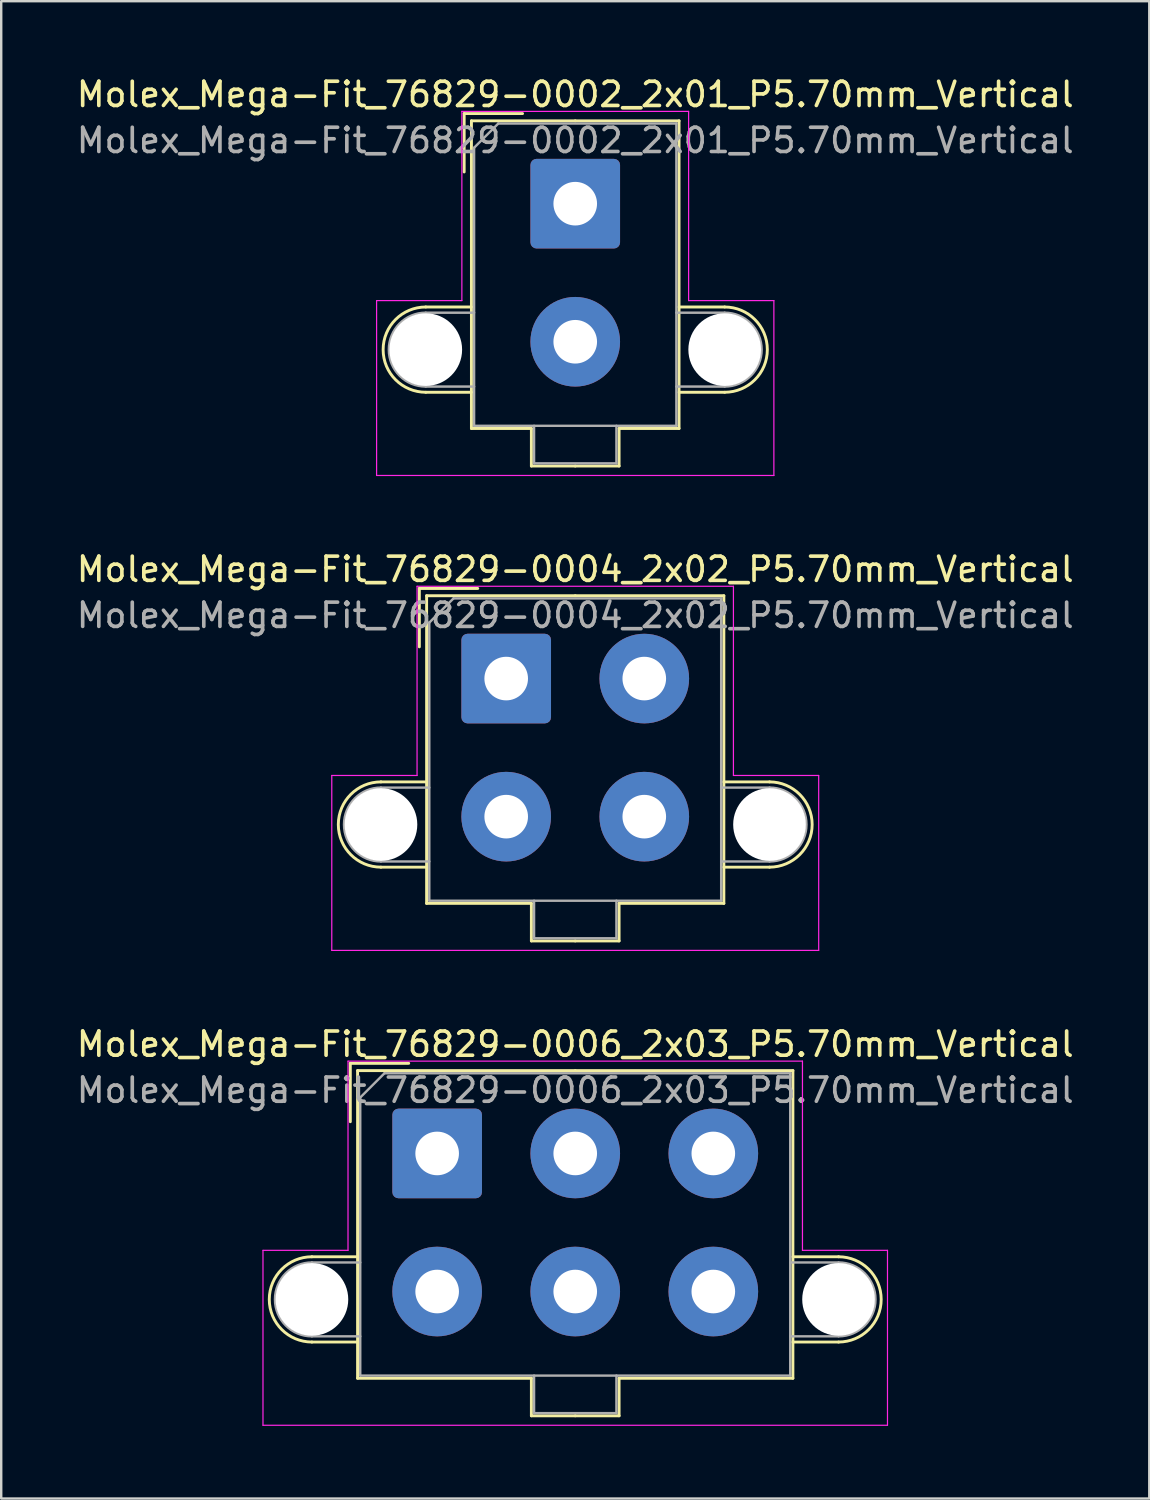
<source format=kicad_pcb>
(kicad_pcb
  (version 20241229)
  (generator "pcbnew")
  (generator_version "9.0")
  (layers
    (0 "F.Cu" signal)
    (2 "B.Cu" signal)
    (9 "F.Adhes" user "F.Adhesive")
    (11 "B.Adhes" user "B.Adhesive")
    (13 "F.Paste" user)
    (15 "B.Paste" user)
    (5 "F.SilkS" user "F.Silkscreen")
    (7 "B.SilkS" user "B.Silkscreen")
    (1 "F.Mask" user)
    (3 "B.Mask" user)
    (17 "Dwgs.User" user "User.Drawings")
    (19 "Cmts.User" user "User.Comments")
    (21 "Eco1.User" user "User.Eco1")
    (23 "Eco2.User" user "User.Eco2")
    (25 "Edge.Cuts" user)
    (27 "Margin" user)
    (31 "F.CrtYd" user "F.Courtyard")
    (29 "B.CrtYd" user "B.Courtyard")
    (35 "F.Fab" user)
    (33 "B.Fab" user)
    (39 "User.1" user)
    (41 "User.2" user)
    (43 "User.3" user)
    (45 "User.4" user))
  (footprint "Molex_Mega-Fit_76829-0002_2x01_P5.70mm_Vertical"
    (layer "F.Cu")
    (at 20.696 5.358)
    (property "Reference" "Molex_Mega-Fit_76829-0002_2x01_P5.70mm_Vertical" (at 0 -4.51 0) (layer "F.SilkS") (effects (font (size 1 1) (thickness 0.15))))
    (attr through_hole)
    (fp_line (start -6.17 4.265) (end -4.285 4.265) (stroke (width 0.12) (type solid)) (layer "F.SilkS"))
    (fp_line (start -6.17 7.785) (end -4.285 7.785) (stroke (width 0.12) (type solid)) (layer "F.SilkS"))
    (fp_line (start -4.585 -3.72) (end -2.175 -3.72) (stroke (width 0.12) (type solid)) (layer "F.SilkS"))
    (fp_line (start -4.585 -1.31) (end -4.585 -3.72) (stroke (width 0.12) (type solid)) (layer "F.SilkS"))
    (fp_line (start -4.285 -3.42) (end -4.285 9.28) (stroke (width 0.12) (type solid)) (layer "F.SilkS"))
    (fp_line (start -4.285 9.28) (end -1.81 9.28) (stroke (width 0.12) (type solid)) (layer "F.SilkS"))
    (fp_line (start -1.81 9.28) (end -1.81 10.83) (stroke (width 0.12) (type solid)) (layer "F.SilkS"))
    (fp_line (start -1.81 10.83) (end 0 10.83) (stroke (width 0.12) (type solid)) (layer "F.SilkS"))
    (fp_line (start 0 -3.42) (end -4.285 -3.42) (stroke (width 0.12) (type solid)) (layer "F.SilkS"))
    (fp_line (start 0 -3.42) (end 4.285 -3.42) (stroke (width 0.12) (type solid)) (layer "F.SilkS"))
    (fp_line (start 1.81 9.28) (end 1.81 10.83) (stroke (width 0.12) (type solid)) (layer "F.SilkS"))
    (fp_line (start 1.81 10.83) (end 0 10.83) (stroke (width 0.12) (type solid)) (layer "F.SilkS"))
    (fp_line (start 4.285 -3.42) (end 4.285 9.28) (stroke (width 0.12) (type solid)) (layer "F.SilkS"))
    (fp_line (start 4.285 9.28) (end 1.81 9.28) (stroke (width 0.12) (type solid)) (layer "F.SilkS"))
    (fp_line (start 6.17 4.265) (end 4.285 4.265) (stroke (width 0.12) (type solid)) (layer "F.SilkS"))
    (fp_line (start 6.17 7.785) (end 4.285 7.785) (stroke (width 0.12) (type solid)) (layer "F.SilkS"))
    (fp_arc (start -6.17 7.785) (mid -7.93 6.025) (end -6.17 4.265) (stroke (width 0.12) (type solid)) (layer "F.SilkS"))
    (fp_arc (start 6.17 4.265) (mid 7.93 6.025) (end 6.17 7.785) (stroke (width 0.12) (type solid)) (layer "F.SilkS"))
    (fp_line (start -8.2 4) (end -8.2 11.22) (stroke (width 0.05) (type solid)) (layer "F.CrtYd"))
    (fp_line (start -8.2 11.22) (end 8.2 11.22) (stroke (width 0.05) (type solid)) (layer "F.CrtYd"))
    (fp_line (start -4.68 -3.81) (end -4.68 4) (stroke (width 0.05) (type solid)) (layer "F.CrtYd"))
    (fp_line (start -4.68 4) (end -8.2 4) (stroke (width 0.05) (type solid)) (layer "F.CrtYd"))
    (fp_line (start 4.68 -3.81) (end -4.68 -3.81) (stroke (width 0.05) (type solid)) (layer "F.CrtYd"))
    (fp_line (start 4.68 4) (end 4.68 -3.81) (stroke (width 0.05) (type solid)) (layer "F.CrtYd"))
    (fp_line (start 8.2 4) (end 4.68 4) (stroke (width 0.05) (type solid)) (layer "F.CrtYd"))
    (fp_line (start 8.2 11.22) (end 8.2 4) (stroke (width 0.05) (type solid)) (layer "F.CrtYd"))
    (fp_line (start -6.17 4.5) (end -4.175 4.5) (stroke (width 0.1) (type solid)) (layer "F.Fab"))
    (fp_line (start -6.17 7.55) (end -4.175 7.55) (stroke (width 0.1) (type solid)) (layer "F.Fab"))
    (fp_line (start -4.175 -2.31) (end -4.175 9.17) (stroke (width 0.1) (type solid)) (layer "F.Fab"))
    (fp_line (start -4.175 9.17) (end 4.175 9.17) (stroke (width 0.1) (type solid)) (layer "F.Fab"))
    (fp_line (start -3.175 -3.31) (end -4.175 -2.31) (stroke (width 0.1) (type solid)) (layer "F.Fab"))
    (fp_line (start -1.7 9.17) (end -1.7 10.72) (stroke (width 0.1) (type solid)) (layer "F.Fab"))
    (fp_line (start -1.7 10.72) (end 1.7 10.72) (stroke (width 0.1) (type solid)) (layer "F.Fab"))
    (fp_line (start 1.7 10.72) (end 1.7 9.17) (stroke (width 0.1) (type solid)) (layer "F.Fab"))
    (fp_line (start 4.175 -3.31) (end -3.175 -3.31) (stroke (width 0.1) (type solid)) (layer "F.Fab"))
    (fp_line (start 4.175 9.17) (end 4.175 -3.31) (stroke (width 0.1) (type solid)) (layer "F.Fab"))
    (fp_line (start 6.17 4.5) (end 4.175 4.5) (stroke (width 0.1) (type solid)) (layer "F.Fab"))
    (fp_line (start 6.17 7.55) (end 4.175 7.55) (stroke (width 0.1) (type solid)) (layer "F.Fab"))
    (fp_arc (start -6.17 7.55) (mid -7.695 6.025) (end -6.17 4.5) (stroke (width 0.1) (type solid)) (layer "F.Fab"))
    (fp_arc (start 6.17 4.5) (mid 7.695 6.025) (end 6.17 7.55) (stroke (width 0.1) (type solid)) (layer "F.Fab"))
    (fp_text user "${REFERENCE}" (at 0 -2.61 0) (layer "F.Fab") (effects (font (size 1 1) (thickness 0.15))))
    (pad "" np_thru_hole circle (at -6.17 6.025) (size 3 3) (drill 3) (layers "*.Cu" "*.Mask"))
    (pad "" np_thru_hole circle (at 6.17 6.025) (size 3 3) (drill 3) (layers "*.Cu" "*.Mask"))
    (pad "1" thru_hole roundrect (at 0 0) (size 3.7 3.7) (drill 1.8) (layers "*.Cu" "*.Mask") (roundrect_rratio 0.068))
    (pad "2" thru_hole circle (at 0 5.7) (size 3.7 3.7) (drill 1.8) (layers "*.Cu" "*.Mask")))
  (footprint "Molex_Mega-Fit_76829-0006_2x03_P5.70mm_Vertical"
    (layer "F.Cu")
    (at 14.996 44.565)
    (property "Reference" "Molex_Mega-Fit_76829-0006_2x03_P5.70mm_Vertical" (at 5.7 -4.51 0) (layer "F.SilkS") (effects (font (size 1 1) (thickness 0.15))))
    (attr through_hole)
    (fp_line (start -5.17 4.265) (end -3.285 4.265) (stroke (width 0.12) (type solid)) (layer "F.SilkS"))
    (fp_line (start -5.17 7.785) (end -3.285 7.785) (stroke (width 0.12) (type solid)) (layer "F.SilkS"))
    (fp_line (start -3.585 -3.72) (end -1.175 -3.72) (stroke (width 0.12) (type solid)) (layer "F.SilkS"))
    (fp_line (start -3.585 -1.31) (end -3.585 -3.72) (stroke (width 0.12) (type solid)) (layer "F.SilkS"))
    (fp_line (start -3.285 -3.42) (end -3.285 9.28) (stroke (width 0.12) (type solid)) (layer "F.SilkS"))
    (fp_line (start -3.285 9.28) (end 3.89 9.28) (stroke (width 0.12) (type solid)) (layer "F.SilkS"))
    (fp_line (start 3.89 9.28) (end 3.89 10.83) (stroke (width 0.12) (type solid)) (layer "F.SilkS"))
    (fp_line (start 3.89 10.83) (end 5.7 10.83) (stroke (width 0.12) (type solid)) (layer "F.SilkS"))
    (fp_line (start 5.7 -3.42) (end -3.285 -3.42) (stroke (width 0.12) (type solid)) (layer "F.SilkS"))
    (fp_line (start 5.7 -3.42) (end 14.685 -3.42) (stroke (width 0.12) (type solid)) (layer "F.SilkS"))
    (fp_line (start 7.51 9.28) (end 7.51 10.83) (stroke (width 0.12) (type solid)) (layer "F.SilkS"))
    (fp_line (start 7.51 10.83) (end 5.7 10.83) (stroke (width 0.12) (type solid)) (layer "F.SilkS"))
    (fp_line (start 14.685 -3.42) (end 14.685 9.28) (stroke (width 0.12) (type solid)) (layer "F.SilkS"))
    (fp_line (start 14.685 9.28) (end 7.51 9.28) (stroke (width 0.12) (type solid)) (layer "F.SilkS"))
    (fp_line (start 16.57 4.265) (end 14.685 4.265) (stroke (width 0.12) (type solid)) (layer "F.SilkS"))
    (fp_line (start 16.57 7.785) (end 14.685 7.785) (stroke (width 0.12) (type solid)) (layer "F.SilkS"))
    (fp_arc (start -5.17 7.785) (mid -6.93 6.025) (end -5.17 4.265) (stroke (width 0.12) (type solid)) (layer "F.SilkS"))
    (fp_arc (start 16.57 4.265) (mid 18.33 6.025) (end 16.57 7.785) (stroke (width 0.12) (type solid)) (layer "F.SilkS"))
    (fp_line (start -7.19 4) (end -7.19 11.22) (stroke (width 0.05) (type solid)) (layer "F.CrtYd"))
    (fp_line (start -7.19 11.22) (end 18.59 11.22) (stroke (width 0.05) (type solid)) (layer "F.CrtYd"))
    (fp_line (start -3.68 -3.81) (end -3.68 4) (stroke (width 0.05) (type solid)) (layer "F.CrtYd"))
    (fp_line (start -3.68 4) (end -7.19 4) (stroke (width 0.05) (type solid)) (layer "F.CrtYd"))
    (fp_line (start 15.08 -3.81) (end -3.68 -3.81) (stroke (width 0.05) (type solid)) (layer "F.CrtYd"))
    (fp_line (start 15.08 4) (end 15.08 -3.81) (stroke (width 0.05) (type solid)) (layer "F.CrtYd"))
    (fp_line (start 18.59 4) (end 15.08 4) (stroke (width 0.05) (type solid)) (layer "F.CrtYd"))
    (fp_line (start 18.59 11.22) (end 18.59 4) (stroke (width 0.05) (type solid)) (layer "F.CrtYd"))
    (fp_line (start -5.17 4.5) (end -3.175 4.5) (stroke (width 0.1) (type solid)) (layer "F.Fab"))
    (fp_line (start -5.17 7.55) (end -3.175 7.55) (stroke (width 0.1) (type solid)) (layer "F.Fab"))
    (fp_line (start -3.175 -2.31) (end -3.175 9.17) (stroke (width 0.1) (type solid)) (layer "F.Fab"))
    (fp_line (start -3.175 9.17) (end 14.575 9.17) (stroke (width 0.1) (type solid)) (layer "F.Fab"))
    (fp_line (start -2.175 -3.31) (end -3.175 -2.31) (stroke (width 0.1) (type solid)) (layer "F.Fab"))
    (fp_line (start 4 9.17) (end 4 10.72) (stroke (width 0.1) (type solid)) (layer "F.Fab"))
    (fp_line (start 4 10.72) (end 7.4 10.72) (stroke (width 0.1) (type solid)) (layer "F.Fab"))
    (fp_line (start 7.4 10.72) (end 7.4 9.17) (stroke (width 0.1) (type solid)) (layer "F.Fab"))
    (fp_line (start 14.575 -3.31) (end -2.175 -3.31) (stroke (width 0.1) (type solid)) (layer "F.Fab"))
    (fp_line (start 14.575 9.17) (end 14.575 -3.31) (stroke (width 0.1) (type solid)) (layer "F.Fab"))
    (fp_line (start 16.57 4.5) (end 14.575 4.5) (stroke (width 0.1) (type solid)) (layer "F.Fab"))
    (fp_line (start 16.57 7.55) (end 14.575 7.55) (stroke (width 0.1) (type solid)) (layer "F.Fab"))
    (fp_arc (start -5.17 7.55) (mid -6.695 6.025) (end -5.17 4.5) (stroke (width 0.1) (type solid)) (layer "F.Fab"))
    (fp_arc (start 16.57 4.5) (mid 18.095 6.025) (end 16.57 7.55) (stroke (width 0.1) (type solid)) (layer "F.Fab"))
    (fp_text user "${REFERENCE}" (at 5.7 -2.61 0) (layer "F.Fab") (effects (font (size 1 1) (thickness 0.15))))
    (pad "" np_thru_hole circle (at -5.17 6.025) (size 3 3) (drill 3) (layers "*.Cu" "*.Mask"))
    (pad "" np_thru_hole circle (at 16.57 6.025) (size 3 3) (drill 3) (layers "*.Cu" "*.Mask"))
    (pad "1" thru_hole roundrect (at 0 0) (size 3.7 3.7) (drill 1.8) (layers "*.Cu" "*.Mask") (roundrect_rratio 0.068))
    (pad "2" thru_hole circle (at 5.7 0) (size 3.7 3.7) (drill 1.8) (layers "*.Cu" "*.Mask"))
    (pad "3" thru_hole circle (at 11.4 0) (size 3.7 3.7) (drill 1.8) (layers "*.Cu" "*.Mask"))
    (pad "4" thru_hole circle (at 0 5.7) (size 3.7 3.7) (drill 1.8) (layers "*.Cu" "*.Mask"))
    (pad "5" thru_hole circle (at 5.7 5.7) (size 3.7 3.7) (drill 1.8) (layers "*.Cu" "*.Mask"))
    (pad "6" thru_hole circle (at 11.4 5.7) (size 3.7 3.7) (drill 1.8) (layers "*.Cu" "*.Mask")))
  (footprint "Molex_Mega-Fit_76829-0004_2x02_P5.70mm_Vertical"
    (layer "F.Cu")
    (at 17.846 24.962)
    (property "Reference" "Molex_Mega-Fit_76829-0004_2x02_P5.70mm_Vertical" (at 2.85 -4.51 0) (layer "F.SilkS") (effects (font (size 1 1) (thickness 0.15))))
    (attr through_hole)
    (fp_line (start -5.17 4.265) (end -3.285 4.265) (stroke (width 0.12) (type solid)) (layer "F.SilkS"))
    (fp_line (start -5.17 7.785) (end -3.285 7.785) (stroke (width 0.12) (type solid)) (layer "F.SilkS"))
    (fp_line (start -3.585 -3.72) (end -1.175 -3.72) (stroke (width 0.12) (type solid)) (layer "F.SilkS"))
    (fp_line (start -3.585 -1.31) (end -3.585 -3.72) (stroke (width 0.12) (type solid)) (layer "F.SilkS"))
    (fp_line (start -3.285 -3.42) (end -3.285 9.28) (stroke (width 0.12) (type solid)) (layer "F.SilkS"))
    (fp_line (start -3.285 9.28) (end 1.04 9.28) (stroke (width 0.12) (type solid)) (layer "F.SilkS"))
    (fp_line (start 1.04 9.28) (end 1.04 10.83) (stroke (width 0.12) (type solid)) (layer "F.SilkS"))
    (fp_line (start 1.04 10.83) (end 2.85 10.83) (stroke (width 0.12) (type solid)) (layer "F.SilkS"))
    (fp_line (start 2.85 -3.42) (end -3.285 -3.42) (stroke (width 0.12) (type solid)) (layer "F.SilkS"))
    (fp_line (start 2.85 -3.42) (end 8.985 -3.42) (stroke (width 0.12) (type solid)) (layer "F.SilkS"))
    (fp_line (start 4.66 9.28) (end 4.66 10.83) (stroke (width 0.12) (type solid)) (layer "F.SilkS"))
    (fp_line (start 4.66 10.83) (end 2.85 10.83) (stroke (width 0.12) (type solid)) (layer "F.SilkS"))
    (fp_line (start 8.985 -3.42) (end 8.985 9.28) (stroke (width 0.12) (type solid)) (layer "F.SilkS"))
    (fp_line (start 8.985 9.28) (end 4.66 9.28) (stroke (width 0.12) (type solid)) (layer "F.SilkS"))
    (fp_line (start 10.87 4.265) (end 8.985 4.265) (stroke (width 0.12) (type solid)) (layer "F.SilkS"))
    (fp_line (start 10.87 7.785) (end 8.985 7.785) (stroke (width 0.12) (type solid)) (layer "F.SilkS"))
    (fp_arc (start -5.17 7.785) (mid -6.93 6.025) (end -5.17 4.265) (stroke (width 0.12) (type solid)) (layer "F.SilkS"))
    (fp_arc (start 10.87 4.265) (mid 12.63 6.025) (end 10.87 7.785) (stroke (width 0.12) (type solid)) (layer "F.SilkS"))
    (fp_line (start -7.2 4) (end -7.2 11.22) (stroke (width 0.05) (type solid)) (layer "F.CrtYd"))
    (fp_line (start -7.2 11.22) (end 12.9 11.22) (stroke (width 0.05) (type solid)) (layer "F.CrtYd"))
    (fp_line (start -3.68 -3.81) (end -3.68 4) (stroke (width 0.05) (type solid)) (layer "F.CrtYd"))
    (fp_line (start -3.68 4) (end -7.2 4) (stroke (width 0.05) (type solid)) (layer "F.CrtYd"))
    (fp_line (start 9.38 -3.81) (end -3.68 -3.81) (stroke (width 0.05) (type solid)) (layer "F.CrtYd"))
    (fp_line (start 9.38 4) (end 9.38 -3.81) (stroke (width 0.05) (type solid)) (layer "F.CrtYd"))
    (fp_line (start 12.9 4) (end 9.38 4) (stroke (width 0.05) (type solid)) (layer "F.CrtYd"))
    (fp_line (start 12.9 11.22) (end 12.9 4) (stroke (width 0.05) (type solid)) (layer "F.CrtYd"))
    (fp_line (start -5.17 4.5) (end -3.175 4.5) (stroke (width 0.1) (type solid)) (layer "F.Fab"))
    (fp_line (start -5.17 7.55) (end -3.175 7.55) (stroke (width 0.1) (type solid)) (layer "F.Fab"))
    (fp_line (start -3.175 -2.31) (end -3.175 9.17) (stroke (width 0.1) (type solid)) (layer "F.Fab"))
    (fp_line (start -3.175 9.17) (end 8.875 9.17) (stroke (width 0.1) (type solid)) (layer "F.Fab"))
    (fp_line (start -2.175 -3.31) (end -3.175 -2.31) (stroke (width 0.1) (type solid)) (layer "F.Fab"))
    (fp_line (start 1.15 9.17) (end 1.15 10.72) (stroke (width 0.1) (type solid)) (layer "F.Fab"))
    (fp_line (start 1.15 10.72) (end 4.55 10.72) (stroke (width 0.1) (type solid)) (layer "F.Fab"))
    (fp_line (start 4.55 10.72) (end 4.55 9.17) (stroke (width 0.1) (type solid)) (layer "F.Fab"))
    (fp_line (start 8.875 -3.31) (end -2.175 -3.31) (stroke (width 0.1) (type solid)) (layer "F.Fab"))
    (fp_line (start 8.875 9.17) (end 8.875 -3.31) (stroke (width 0.1) (type solid)) (layer "F.Fab"))
    (fp_line (start 10.87 4.5) (end 8.875 4.5) (stroke (width 0.1) (type solid)) (layer "F.Fab"))
    (fp_line (start 10.87 7.55) (end 8.875 7.55) (stroke (width 0.1) (type solid)) (layer "F.Fab"))
    (fp_arc (start -5.17 7.55) (mid -6.695 6.025) (end -5.17 4.5) (stroke (width 0.1) (type solid)) (layer "F.Fab"))
    (fp_arc (start 10.87 4.5) (mid 12.395 6.025) (end 10.87 7.55) (stroke (width 0.1) (type solid)) (layer "F.Fab"))
    (fp_text user "${REFERENCE}" (at 2.85 -2.61 0) (layer "F.Fab") (effects (font (size 1 1) (thickness 0.15))))
    (pad "" np_thru_hole circle (at -5.17 6.025) (size 3 3) (drill 3) (layers "*.Cu" "*.Mask"))
    (pad "" np_thru_hole circle (at 10.87 6.025) (size 3 3) (drill 3) (layers "*.Cu" "*.Mask"))
    (pad "1" thru_hole roundrect (at 0 0) (size 3.7 3.7) (drill 1.8) (layers "*.Cu" "*.Mask") (roundrect_rratio 0.068))
    (pad "2" thru_hole circle (at 5.7 0) (size 3.7 3.7) (drill 1.8) (layers "*.Cu" "*.Mask"))
    (pad "3" thru_hole circle (at 0 5.7) (size 3.7 3.7) (drill 1.8) (layers "*.Cu" "*.Mask"))
    (pad "4" thru_hole circle (at 5.7 5.7) (size 3.7 3.7) (drill 1.8) (layers "*.Cu" "*.Mask")))
  (gr_rect
    (start -3 -3)
    (end 44.393 58.81)
    (stroke (width 0.1) (type default))
    (fill no)
    (layer "Edge.Cuts")))
</source>
